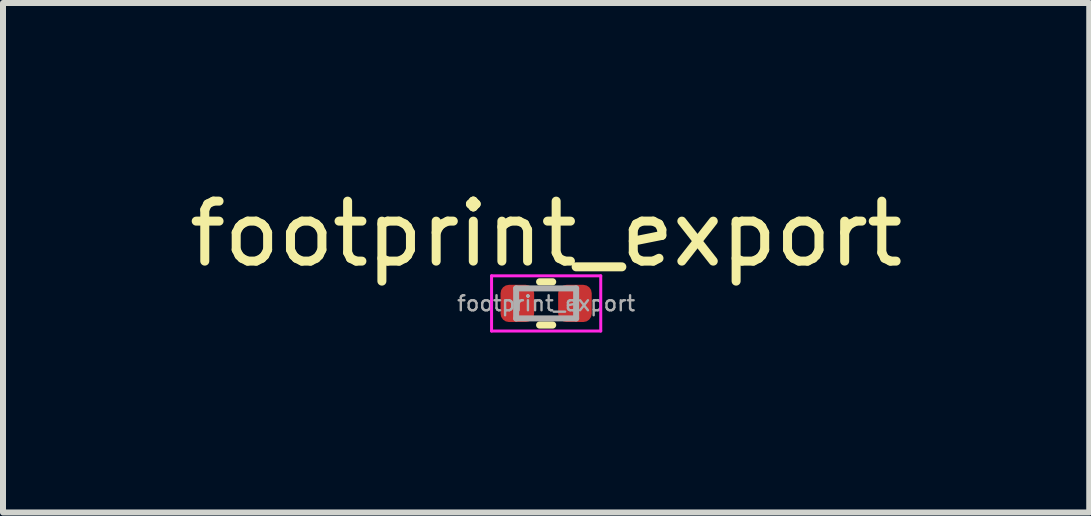
<source format=kicad_pcb>
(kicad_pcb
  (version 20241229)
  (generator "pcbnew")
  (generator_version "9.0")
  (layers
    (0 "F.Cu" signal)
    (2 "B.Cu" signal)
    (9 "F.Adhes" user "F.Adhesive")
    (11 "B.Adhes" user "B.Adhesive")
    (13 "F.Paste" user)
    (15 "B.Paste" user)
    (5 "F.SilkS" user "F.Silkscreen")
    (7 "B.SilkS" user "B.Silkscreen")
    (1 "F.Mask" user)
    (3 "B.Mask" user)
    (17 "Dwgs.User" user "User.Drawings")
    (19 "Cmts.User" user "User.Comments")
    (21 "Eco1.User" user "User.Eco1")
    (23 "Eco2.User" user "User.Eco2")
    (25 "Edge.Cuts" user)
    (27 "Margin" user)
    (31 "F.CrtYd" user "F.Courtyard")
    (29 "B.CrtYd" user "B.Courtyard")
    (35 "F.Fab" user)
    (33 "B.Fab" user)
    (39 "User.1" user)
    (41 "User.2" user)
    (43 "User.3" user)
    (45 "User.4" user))
  (footprint "footprint_export"
    (layer "F.Cu")
    (at 6.054 2.008)
    (property "Reference" "footprint_export" (at 0 -1.16 0) (layer "F.SilkS") (effects (font (size 1 1) (thickness 0.15))))
    (attr smd)
    (fp_line (start -0.108 -0.36) (end 0.108 -0.36) (stroke (width 0.12) (type solid)) (layer "F.SilkS"))
    (fp_line (start -0.108 0.36) (end 0.108 0.36) (stroke (width 0.12) (type solid)) (layer "F.SilkS"))
    (fp_line (start -0.91 -0.46) (end 0.91 -0.46) (stroke (width 0.05) (type solid)) (layer "F.CrtYd"))
    (fp_line (start -0.91 0.46) (end -0.91 -0.46) (stroke (width 0.05) (type solid)) (layer "F.CrtYd"))
    (fp_line (start 0.91 -0.46) (end 0.91 0.46) (stroke (width 0.05) (type solid)) (layer "F.CrtYd"))
    (fp_line (start 0.91 0.46) (end -0.91 0.46) (stroke (width 0.05) (type solid)) (layer "F.CrtYd"))
    (fp_line (start -0.5 -0.25) (end 0.5 -0.25) (stroke (width 0.1) (type solid)) (layer "F.Fab"))
    (fp_line (start -0.5 0.25) (end -0.5 -0.25) (stroke (width 0.1) (type solid)) (layer "F.Fab"))
    (fp_line (start 0.5 -0.25) (end 0.5 0.25) (stroke (width 0.1) (type solid)) (layer "F.Fab"))
    (fp_line (start 0.5 0.25) (end -0.5 0.25) (stroke (width 0.1) (type solid)) (layer "F.Fab"))
    (fp_text user "${REFERENCE}" (at 0 0 0) (layer "F.Fab") (effects (font (size 0.25 0.25) (thickness 0.04))))
    (pad "1" smd roundrect (at -0.48 0) (size 0.56 0.62) (layers "F.Cu" "F.Mask" "F.Paste") (roundrect_rratio 0.25))
    (pad "2" smd roundrect (at 0.48 0) (size 0.56 0.62) (layers "F.Cu" "F.Mask" "F.Paste") (roundrect_rratio 0.25)))
  (gr_rect
    (start -3 -3)
    (end 15.107 5.493)
    (stroke (width 0.1) (type default))
    (fill no)
    (layer "Edge.Cuts")))
</source>
